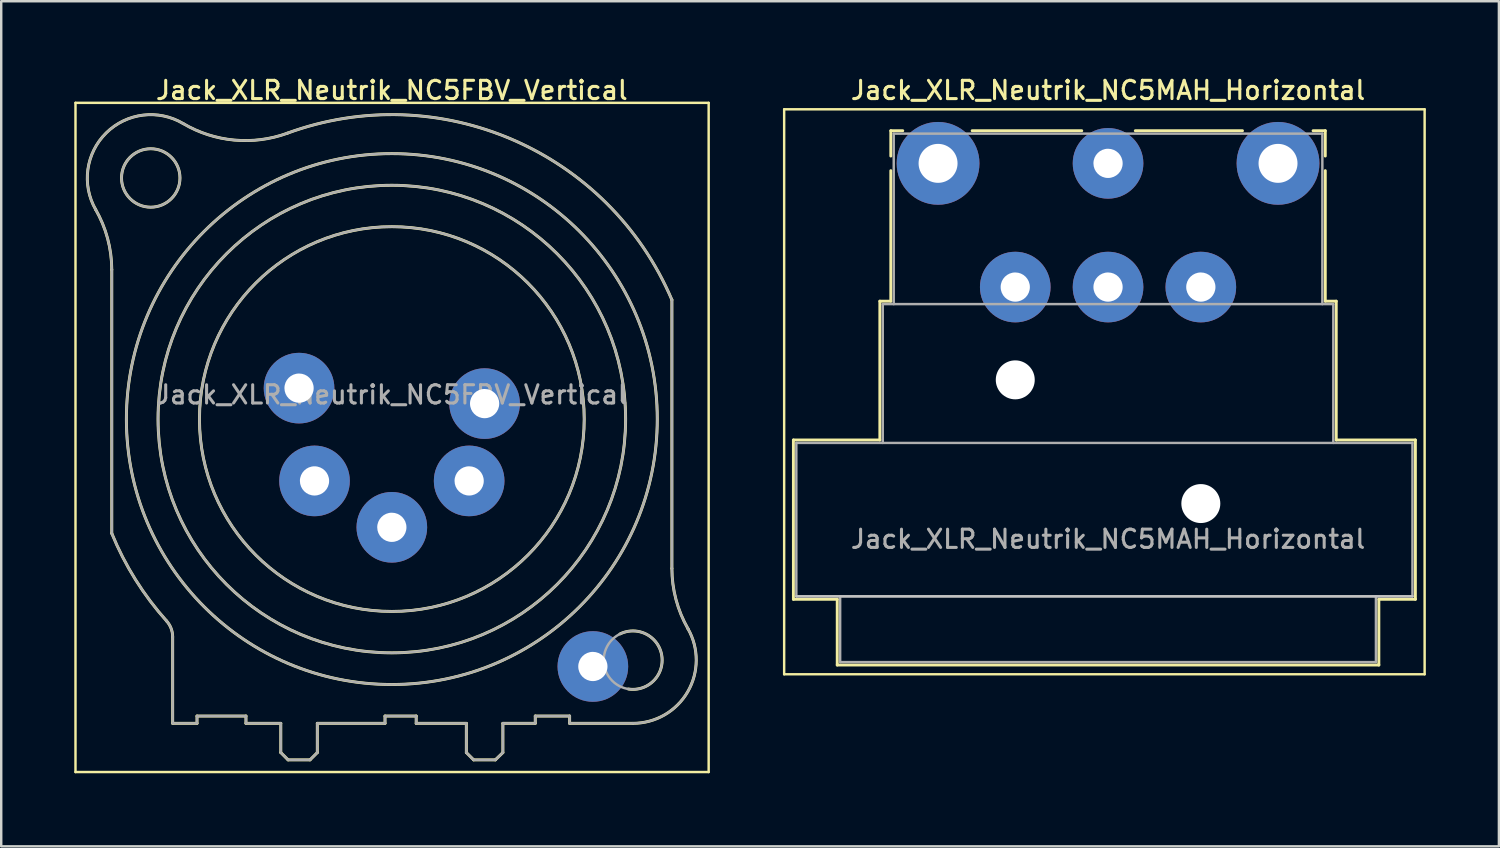
<source format=kicad_pcb>
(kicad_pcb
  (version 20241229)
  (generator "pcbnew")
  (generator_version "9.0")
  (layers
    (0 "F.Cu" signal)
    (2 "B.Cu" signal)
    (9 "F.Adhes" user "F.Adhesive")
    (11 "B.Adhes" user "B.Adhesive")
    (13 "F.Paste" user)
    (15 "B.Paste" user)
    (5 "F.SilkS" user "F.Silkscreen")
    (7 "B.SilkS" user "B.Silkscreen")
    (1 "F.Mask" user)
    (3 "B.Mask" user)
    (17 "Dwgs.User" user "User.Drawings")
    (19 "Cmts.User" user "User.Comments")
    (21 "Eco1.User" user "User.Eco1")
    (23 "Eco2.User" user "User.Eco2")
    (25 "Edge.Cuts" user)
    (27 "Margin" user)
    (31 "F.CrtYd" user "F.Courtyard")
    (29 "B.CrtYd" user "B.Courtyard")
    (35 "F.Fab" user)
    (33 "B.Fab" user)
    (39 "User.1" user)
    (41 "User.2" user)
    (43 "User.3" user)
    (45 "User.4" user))
  (footprint "Jack_XLR_Neutrik_NC5FBV_Vertical"
    (layer "F.Cu")
    (at 16.85 13.523)
    (property "Reference" "Jack_XLR_Neutrik_NC5FBV_Vertical" (at -3.81 -12.865 0) (layer "F.SilkS") (effects (font (size 0.75 0.75) (thickness 0.125))))
    (attr through_hole)
    (fp_line (start -16.8 -12.35) (end 9.2 -12.35) (stroke (width 0.1) (type solid)) (layer "F.SilkS"))
    (fp_line (start -16.8 15.13) (end -16.8 -12.35) (stroke (width 0.1) (type solid)) (layer "F.SilkS"))
    (fp_line (start -15.31 -5.5) (end -15.31 5.33) (stroke (width 0.12) (type solid)) (layer "F.SilkS"))
    (fp_line (start -12.81 9.58) (end -12.81 13.13) (stroke (width 0.12) (type solid)) (layer "F.SilkS"))
    (fp_line (start -11.81 12.83) (end -11.81 13.13) (stroke (width 0.12) (type solid)) (layer "F.SilkS"))
    (fp_line (start -11.81 12.83) (end -9.8 12.83) (stroke (width 0.12) (type solid)) (layer "F.SilkS"))
    (fp_line (start -11.81 13.13) (end -12.81 13.13) (stroke (width 0.12) (type solid)) (layer "F.SilkS"))
    (fp_line (start -9.8 12.83) (end -9.8 13.13) (stroke (width 0.12) (type solid)) (layer "F.SilkS"))
    (fp_line (start -8.37 13.13) (end -9.8 13.13) (stroke (width 0.12) (type solid)) (layer "F.SilkS"))
    (fp_line (start -8.37 13.13) (end -8.37 14.33) (stroke (width 0.12) (type solid)) (layer "F.SilkS"))
    (fp_line (start -8.37 14.33) (end -8.07 14.63) (stroke (width 0.12) (type solid)) (layer "F.SilkS"))
    (fp_line (start -8.07 14.63) (end -7.17 14.63) (stroke (width 0.12) (type solid)) (layer "F.SilkS"))
    (fp_line (start -6.87 13.13) (end -6.87 14.33) (stroke (width 0.12) (type solid)) (layer "F.SilkS"))
    (fp_line (start -6.87 14.33) (end -7.17 14.63) (stroke (width 0.12) (type solid)) (layer "F.SilkS"))
    (fp_line (start -4.09 12.83) (end -4.09 13.13) (stroke (width 0.12) (type solid)) (layer "F.SilkS"))
    (fp_line (start -4.09 12.83) (end -2.81 12.83) (stroke (width 0.12) (type solid)) (layer "F.SilkS"))
    (fp_line (start -4.09 13.13) (end -6.87 13.13) (stroke (width 0.12) (type solid)) (layer "F.SilkS"))
    (fp_line (start -2.81 12.83) (end -2.81 13.13) (stroke (width 0.12) (type solid)) (layer "F.SilkS"))
    (fp_line (start -0.75 13.13) (end -2.81 13.13) (stroke (width 0.12) (type solid)) (layer "F.SilkS"))
    (fp_line (start -0.75 13.13) (end -0.75 14.33) (stroke (width 0.12) (type solid)) (layer "F.SilkS"))
    (fp_line (start -0.75 14.33) (end -0.45 14.63) (stroke (width 0.12) (type solid)) (layer "F.SilkS"))
    (fp_line (start -0.45 14.63) (end 0.44 14.63) (stroke (width 0.12) (type solid)) (layer "F.SilkS"))
    (fp_line (start 0.75 13.13) (end 0.75 14.33) (stroke (width 0.12) (type solid)) (layer "F.SilkS"))
    (fp_line (start 0.75 14.33) (end 0.44 14.63) (stroke (width 0.12) (type solid)) (layer "F.SilkS"))
    (fp_line (start 2.08 12.83) (end 2.08 13.13) (stroke (width 0.12) (type solid)) (layer "F.SilkS"))
    (fp_line (start 2.08 12.83) (end 3.49 12.83) (stroke (width 0.12) (type solid)) (layer "F.SilkS"))
    (fp_line (start 2.08 13.13) (end 0.75 13.13) (stroke (width 0.12) (type solid)) (layer "F.SilkS"))
    (fp_line (start 3.49 12.83) (end 3.49 13.13) (stroke (width 0.12) (type solid)) (layer "F.SilkS"))
    (fp_line (start 6.09 13.13) (end 3.49 13.13) (stroke (width 0.12) (type solid)) (layer "F.SilkS"))
    (fp_line (start 7.69 6.77) (end 7.69 -4.26) (stroke (width 0.12) (type solid)) (layer "F.SilkS"))
    (fp_line (start 9.2 -12.35) (end 9.2 15.13) (stroke (width 0.1) (type solid)) (layer "F.SilkS"))
    (fp_line (start 9.2 15.13) (end -16.8 15.13) (stroke (width 0.1) (type solid)) (layer "F.SilkS"))
    (fp_arc (start -15.978065 -7.979621) (mid -15.482459 -6.783342) (end -15.31 -5.5) (stroke (width 0.12) (type solid)) (layer "F.SilkS"))
    (fp_arc (start -15.970602 -7.965327) (mid -15.537562 -11.11648) (end -12.38 -11.5) (stroke (width 0.12) (type solid)) (layer "F.SilkS"))
    (fp_arc (start -13.064011 8.921714) (mid -12.875705 9.227203) (end -12.81 9.58) (stroke (width 0.12) (type solid)) (layer "F.SilkS"))
    (fp_arc (start -13.054249 8.9318) (mid -14.337308 7.228089) (end -15.31 5.33) (stroke (width 0.12) (type solid)) (layer "F.SilkS"))
    (fp_arc (start -8.116912 -11.097925) (mid 1.152301 -10.83612) (end 7.69 -4.26) (stroke (width 0.12) (type solid)) (layer "F.SilkS"))
    (fp_arc (start -8.098974 -11.103419) (mid -10.283992 -10.821287) (end -12.38 -11.5) (stroke (width 0.12) (type solid)) (layer "F.SilkS"))
    (fp_arc (start 5.554673 9.460872) (mid 7.276356 10.353655) (end 5.9 11.72) (stroke (width 0.12) (type solid)) (layer "F.SilkS"))
    (fp_arc (start 8.348442 9.241807) (mid 8.338255 11.83589) (end 6.09 13.13) (stroke (width 0.12) (type solid)) (layer "F.SilkS"))
    (fp_arc (start 8.351797 9.24598) (mid 7.859562 8.051113) (end 7.69 6.77) (stroke (width 0.12) (type solid)) (layer "F.SilkS"))
    (fp_circle (center -13.71 -9.265) (end -12.51 -9.265) (stroke (width 0.12) (type solid)) (fill no) (layer "F.SilkS"))
    (fp_circle (center -3.81 0.635) (end 4.09 0.635) (stroke (width 0.12) (type solid)) (fill no) (layer "F.SilkS"))
    (fp_circle (center -3.81 0.635) (end 5.79 0.635) (stroke (width 0.12) (type solid)) (fill no) (layer "F.SilkS"))
    (fp_circle (center -3.81 0.635) (end 7.09 0.635) (stroke (width 0.12) (type solid)) (fill no) (layer "F.SilkS"))
    (fp_line (start -15.31 -5.5) (end -15.31 5.33) (stroke (width 0.1) (type solid)) (layer "F.Fab"))
    (fp_line (start -12.81 9.58) (end -12.81 13.13) (stroke (width 0.1) (type solid)) (layer "F.Fab"))
    (fp_line (start -11.81 12.83) (end -11.81 13.13) (stroke (width 0.1) (type solid)) (layer "F.Fab"))
    (fp_line (start -11.81 12.83) (end -9.8 12.83) (stroke (width 0.1) (type solid)) (layer "F.Fab"))
    (fp_line (start -11.81 13.13) (end -12.81 13.13) (stroke (width 0.1) (type solid)) (layer "F.Fab"))
    (fp_line (start -9.8 12.83) (end -9.8 13.13) (stroke (width 0.1) (type solid)) (layer "F.Fab"))
    (fp_line (start -8.37 13.13) (end -9.8 13.13) (stroke (width 0.1) (type solid)) (layer "F.Fab"))
    (fp_line (start -8.37 13.13) (end -8.37 14.33) (stroke (width 0.1) (type solid)) (layer "F.Fab"))
    (fp_line (start -8.37 14.33) (end -8.07 14.63) (stroke (width 0.1) (type solid)) (layer "F.Fab"))
    (fp_line (start -8.07 14.63) (end -7.17 14.63) (stroke (width 0.1) (type solid)) (layer "F.Fab"))
    (fp_line (start -6.87 13.13) (end -6.87 14.33) (stroke (width 0.1) (type solid)) (layer "F.Fab"))
    (fp_line (start -6.87 14.33) (end -7.17 14.63) (stroke (width 0.1) (type solid)) (layer "F.Fab"))
    (fp_line (start -4.09 12.83) (end -4.09 13.13) (stroke (width 0.1) (type solid)) (layer "F.Fab"))
    (fp_line (start -4.09 12.83) (end -2.81 12.83) (stroke (width 0.1) (type solid)) (layer "F.Fab"))
    (fp_line (start -4.09 13.13) (end -6.87 13.13) (stroke (width 0.1) (type solid)) (layer "F.Fab"))
    (fp_line (start -2.81 12.83) (end -2.81 13.13) (stroke (width 0.1) (type solid)) (layer "F.Fab"))
    (fp_line (start -0.75 13.13) (end -2.81 13.13) (stroke (width 0.1) (type solid)) (layer "F.Fab"))
    (fp_line (start -0.75 13.13) (end -0.75 14.33) (stroke (width 0.1) (type solid)) (layer "F.Fab"))
    (fp_line (start -0.75 14.33) (end -0.45 14.63) (stroke (width 0.1) (type solid)) (layer "F.Fab"))
    (fp_line (start -0.45 14.63) (end 0.44 14.63) (stroke (width 0.1) (type solid)) (layer "F.Fab"))
    (fp_line (start 0.75 13.13) (end 0.75 14.33) (stroke (width 0.1) (type solid)) (layer "F.Fab"))
    (fp_line (start 0.75 14.33) (end 0.44 14.63) (stroke (width 0.1) (type solid)) (layer "F.Fab"))
    (fp_line (start 2.08 12.83) (end 2.08 13.13) (stroke (width 0.1) (type solid)) (layer "F.Fab"))
    (fp_line (start 2.08 12.83) (end 3.49 12.83) (stroke (width 0.1) (type solid)) (layer "F.Fab"))
    (fp_line (start 2.08 13.13) (end 0.75 13.13) (stroke (width 0.1) (type solid)) (layer "F.Fab"))
    (fp_line (start 3.49 12.83) (end 3.49 13.13) (stroke (width 0.1) (type solid)) (layer "F.Fab"))
    (fp_line (start 6.09 13.13) (end 3.49 13.13) (stroke (width 0.1) (type solid)) (layer "F.Fab"))
    (fp_line (start 7.69 6.77) (end 7.69 -4.26) (stroke (width 0.1) (type solid)) (layer "F.Fab"))
    (fp_arc (start -15.978065 -7.979621) (mid -15.482459 -6.783342) (end -15.31 -5.5) (stroke (width 0.1) (type solid)) (layer "F.Fab"))
    (fp_arc (start -15.970602 -7.965327) (mid -15.537562 -11.11648) (end -12.38 -11.5) (stroke (width 0.1) (type solid)) (layer "F.Fab"))
    (fp_arc (start -13.064011 8.921714) (mid -12.875705 9.227203) (end -12.81 9.58) (stroke (width 0.1) (type solid)) (layer "F.Fab"))
    (fp_arc (start -13.054249 8.9318) (mid -14.337308 7.228089) (end -15.31 5.33) (stroke (width 0.1) (type solid)) (layer "F.Fab"))
    (fp_arc (start -8.116912 -11.097925) (mid 1.152301 -10.83612) (end 7.69 -4.26) (stroke (width 0.1) (type solid)) (layer "F.Fab"))
    (fp_arc (start -8.098974 -11.103419) (mid -10.283992 -10.821287) (end -12.38 -11.5) (stroke (width 0.1) (type solid)) (layer "F.Fab"))
    (fp_arc (start 8.348442 9.241807) (mid 8.338255 11.83589) (end 6.09 13.13) (stroke (width 0.1) (type solid)) (layer "F.Fab"))
    (fp_arc (start 8.351797 9.24598) (mid 7.859562 8.051113) (end 7.69 6.77) (stroke (width 0.1) (type solid)) (layer "F.Fab"))
    (fp_circle (center -13.71 -9.265) (end -12.51 -9.265) (stroke (width 0.1) (type solid)) (fill no) (layer "F.Fab"))
    (fp_circle (center -3.81 0.635) (end 4.09 0.635) (stroke (width 0.1) (type solid)) (fill no) (layer "F.Fab"))
    (fp_circle (center -3.81 0.635) (end 5.79 0.635) (stroke (width 0.1) (type solid)) (fill no) (layer "F.Fab"))
    (fp_circle (center -3.81 0.635) (end 7.09 0.635) (stroke (width 0.1) (type solid)) (fill no) (layer "F.Fab"))
    (fp_circle (center 6.09 10.535) (end 7.29 10.535) (stroke (width 0.1) (type solid)) (fill no) (layer "F.Fab"))
    (fp_text user "${REFERENCE}" (at -3.81 -0.365 0) (layer "F.Fab") (effects (font (size 0.75 0.75) (thickness 0.125))))
    (pad "1" thru_hole circle (at 0 0) (size 2.9 2.9) (drill 1.2) (layers "*.Cu" "*.Mask"))
    (pad "2" thru_hole circle (at -0.635 3.175) (size 2.9 2.9) (drill 1.2) (layers "*.Cu" "*.Mask"))
    (pad "3" thru_hole circle (at -3.81 5.08) (size 2.9 2.9) (drill 1.2) (layers "*.Cu" "*.Mask"))
    (pad "4" thru_hole circle (at -6.985 3.175) (size 2.9 2.9) (drill 1.2) (layers "*.Cu" "*.Mask"))
    (pad "5" thru_hole circle (at -7.62 -0.635) (size 2.9 2.9) (drill 1.2) (layers "*.Cu" "*.Mask"))
    (pad "G" thru_hole circle (at 4.445 10.795) (size 2.9 2.9) (drill 1.2) (layers "*.Cu" "*.Mask")))
  (footprint "Jack_XLR_Neutrik_NC5MAH_Horizontal"
    (layer "F.Cu")
    (at 35.47 3.658)
    (property "Reference" "Jack_XLR_Neutrik_NC5MAH_Horizontal" (at 6.98 -3 0) (layer "F.SilkS") (effects (font (size 0.75 0.75) (thickness 0.125))))
    (attr through_hole)
    (fp_line (start -6.32 20.98) (end -6.32 -2.22) (stroke (width 0.1) (type solid)) (layer "F.SilkS"))
    (fp_line (start -5.94 11.36) (end -2.39 11.36) (stroke (width 0.12) (type solid)) (layer "F.SilkS"))
    (fp_line (start -5.94 17.9) (end -5.94 11.36) (stroke (width 0.12) (type solid)) (layer "F.SilkS"))
    (fp_line (start -4.14 17.9) (end -5.94 17.9) (stroke (width 0.12) (type solid)) (layer "F.SilkS"))
    (fp_line (start -4.14 17.9) (end -4.14 20.6) (stroke (width 0.12) (type solid)) (layer "F.SilkS"))
    (fp_line (start -2.39 11.36) (end -2.39 5.66) (stroke (width 0.12) (type solid)) (layer "F.SilkS"))
    (fp_line (start -1.94 -1.34) (end -1.94 -0.3) (stroke (width 0.12) (type solid)) (layer "F.SilkS"))
    (fp_line (start -1.94 -1.34) (end -1.45 -1.34) (stroke (width 0.12) (type solid)) (layer "F.SilkS"))
    (fp_line (start -1.94 5.66) (end -2.39 5.66) (stroke (width 0.12) (type solid)) (layer "F.SilkS"))
    (fp_line (start -1.94 5.66) (end -1.94 0.3) (stroke (width 0.12) (type solid)) (layer "F.SilkS"))
    (fp_line (start 5.9 -1.34) (end 1.4 -1.34) (stroke (width 0.12) (type solid)) (layer "F.SilkS"))
    (fp_line (start 12.5 -1.34) (end 8.1 -1.34) (stroke (width 0.12) (type solid)) (layer "F.SilkS"))
    (fp_line (start 15.4 -1.34) (end 15.9 -1.34) (stroke (width 0.12) (type solid)) (layer "F.SilkS"))
    (fp_line (start 15.9 -1.34) (end 15.9 -0.3) (stroke (width 0.12) (type solid)) (layer "F.SilkS"))
    (fp_line (start 15.9 5.66) (end 15.9 0.3) (stroke (width 0.12) (type solid)) (layer "F.SilkS"))
    (fp_line (start 15.9 5.66) (end 16.35 5.66) (stroke (width 0.12) (type solid)) (layer "F.SilkS"))
    (fp_line (start 16.35 11.36) (end 16.35 5.66) (stroke (width 0.12) (type solid)) (layer "F.SilkS"))
    (fp_line (start 16.35 11.36) (end 19.6 11.36) (stroke (width 0.12) (type solid)) (layer "F.SilkS"))
    (fp_line (start 18.1 17.9) (end 18.1 20.6) (stroke (width 0.12) (type solid)) (layer "F.SilkS"))
    (fp_line (start 18.1 20.6) (end -4.14 20.6) (stroke (width 0.12) (type solid)) (layer "F.SilkS"))
    (fp_line (start 19.6 17.9) (end 18.1 17.9) (stroke (width 0.12) (type solid)) (layer "F.SilkS"))
    (fp_line (start 19.6 17.9) (end 19.6 11.36) (stroke (width 0.12) (type solid)) (layer "F.SilkS"))
    (fp_line (start 19.98 -2.22) (end -6.32 -2.22) (stroke (width 0.1) (type solid)) (layer "F.SilkS"))
    (fp_line (start 19.98 20.98) (end -6.32 20.98) (stroke (width 0.1) (type solid)) (layer "F.SilkS"))
    (fp_line (start 19.98 20.98) (end 19.98 -2.22) (stroke (width 0.1) (type solid)) (layer "F.SilkS"))
    (fp_line (start 19.48 17.78) (end -5.82 17.78) (stroke (width 0.1) (type solid)) (layer "Dwgs.User"))
    (fp_line (start -5.82 11.48) (end 19.48 11.48) (stroke (width 0.1) (type solid)) (layer "F.Fab"))
    (fp_line (start -5.82 17.78) (end -5.82 11.48) (stroke (width 0.1) (type solid)) (layer "F.Fab"))
    (fp_line (start -4.02 20.48) (end -4.02 17.78) (stroke (width 0.1) (type solid)) (layer "F.Fab"))
    (fp_line (start -2.27 5.78) (end -2.27 11.48) (stroke (width 0.1) (type solid)) (layer "F.Fab"))
    (fp_line (start -2.27 5.78) (end 16.23 5.78) (stroke (width 0.1) (type solid)) (layer "F.Fab"))
    (fp_line (start -1.82 5.78) (end -1.82 -1.22) (stroke (width 0.1) (type solid)) (layer "F.Fab"))
    (fp_line (start 15.78 -1.22) (end -1.82 -1.22) (stroke (width 0.1) (type solid)) (layer "F.Fab"))
    (fp_line (start 15.78 5.78) (end 15.78 -1.22) (stroke (width 0.1) (type solid)) (layer "F.Fab"))
    (fp_line (start 16.23 11.48) (end 16.23 5.78) (stroke (width 0.1) (type solid)) (layer "F.Fab"))
    (fp_line (start 17.98 17.78) (end 17.98 20.48) (stroke (width 0.1) (type solid)) (layer "F.Fab"))
    (fp_line (start 17.98 20.48) (end -4.02 20.48) (stroke (width 0.1) (type solid)) (layer "F.Fab"))
    (fp_line (start 19.48 11.48) (end 19.48 17.78) (stroke (width 0.1) (type solid)) (layer "F.Fab"))
    (fp_line (start 19.48 17.78) (end -5.82 17.78) (stroke (width 0.1) (type solid)) (layer "F.Fab"))
    (fp_text user "${REFERENCE}" (at 6.98 15.43 0) (layer "F.Fab") (effects (font (size 0.75 0.75) (thickness 0.125))))
    (pad "" np_thru_hole circle (at 3.17 8.89) (size 1.6 1.6) (drill 1.6) (layers "*.Cu" "*.Mask"))
    (pad "" np_thru_hole circle (at 10.79 13.97) (size 1.6 1.6) (drill 1.6) (layers "*.Cu" "*.Mask"))
    (pad "1" thru_hole circle (at 0 0) (size 3.4 3.4) (drill 1.6) (layers "*.Cu" "*.Mask"))
    (pad "2" thru_hole circle (at 3.17 5.08) (size 2.9 2.9) (drill 1.2) (layers "*.Cu" "*.Mask"))
    (pad "3" thru_hole circle (at 6.98 0) (size 2.9 2.9) (drill 1.2) (layers "*.Cu" "*.Mask"))
    (pad "4" thru_hole circle (at 10.79 5.08) (size 2.9 2.9) (drill 1.2) (layers "*.Cu" "*.Mask"))
    (pad "5" thru_hole circle (at 13.96 0) (size 3.4 3.4) (drill 1.6) (layers "*.Cu" "*.Mask"))
    (pad "G" thru_hole circle (at 6.98 5.08) (size 2.9 2.9) (drill 1.2) (layers "*.Cu" "*.Mask")))
  (gr_rect
    (start -3 -3)
    (end 58.5 31.703)
    (stroke (width 0.1) (type default))
    (fill no)
    (layer "Edge.Cuts")))
</source>
